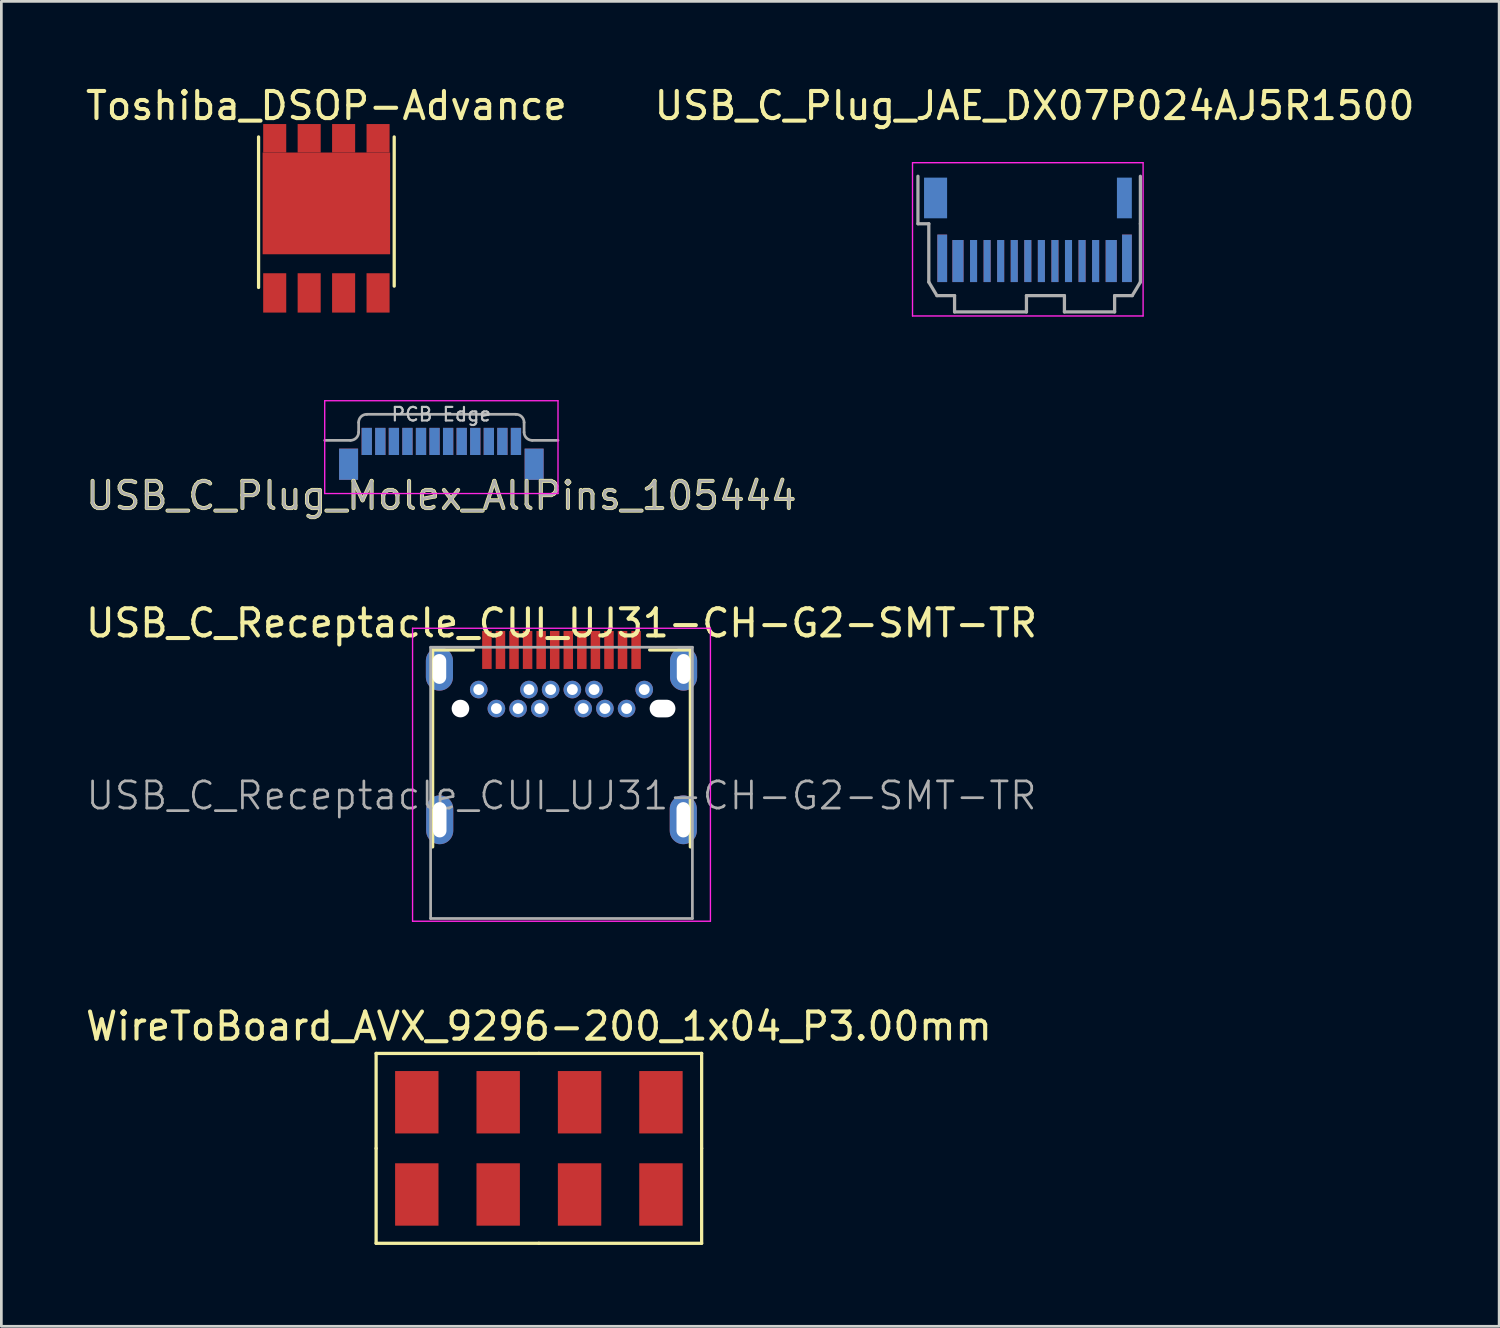
<source format=kicad_pcb>
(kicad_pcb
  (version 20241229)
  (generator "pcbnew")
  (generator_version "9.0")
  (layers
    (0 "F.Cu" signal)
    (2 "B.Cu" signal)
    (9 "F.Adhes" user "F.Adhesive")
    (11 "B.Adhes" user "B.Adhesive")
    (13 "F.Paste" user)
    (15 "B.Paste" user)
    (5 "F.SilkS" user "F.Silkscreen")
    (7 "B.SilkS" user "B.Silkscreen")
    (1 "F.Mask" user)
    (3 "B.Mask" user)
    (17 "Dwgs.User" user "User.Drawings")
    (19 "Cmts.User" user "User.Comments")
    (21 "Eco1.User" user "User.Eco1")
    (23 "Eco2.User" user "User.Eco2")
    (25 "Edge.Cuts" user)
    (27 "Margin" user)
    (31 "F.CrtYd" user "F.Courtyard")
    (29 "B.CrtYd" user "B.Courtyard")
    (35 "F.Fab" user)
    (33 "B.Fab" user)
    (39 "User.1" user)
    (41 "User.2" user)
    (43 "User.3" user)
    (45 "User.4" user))
  (footprint "USB_C_Receptacle_CUI_UJ31-CH-G2-SMT-TR"
    (layer "F.Cu")
    (at 17.649 20.91)
    (property "Reference" "USB_C_Receptacle_CUI_UJ31-CH-G2-SMT-TR" (at 0 -0.99 0) (layer "F.SilkS") (effects (font (size 1 1) (thickness 0.15))))
    (attr smd)
    (fp_line (start -4.75 0) (end -4.75 7.26) (stroke (width 0.12) (type solid)) (layer "F.SilkS"))
    (fp_line (start -4.75 0) (end -3.25 0) (stroke (width 0.12) (type solid)) (layer "F.SilkS"))
    (fp_line (start 3.25 0) (end 4.75 0) (stroke (width 0.12) (type solid)) (layer "F.SilkS"))
    (fp_line (start 4.75 0) (end 4.75 7.26) (stroke (width 0.12) (type solid)) (layer "F.SilkS"))
    (fp_line (start -5.49 -0.8) (end 5.49 -0.8) (stroke (width 0.05) (type solid)) (layer "F.CrtYd"))
    (fp_line (start -5.49 10) (end -5.49 -0.8) (stroke (width 0.05) (type solid)) (layer "F.CrtYd"))
    (fp_line (start 5.49 -0.8) (end 5.49 10) (stroke (width 0.05) (type solid)) (layer "F.CrtYd"))
    (fp_line (start 5.49 10) (end -5.49 10) (stroke (width 0.05) (type solid)) (layer "F.CrtYd"))
    (fp_line (start -4.825 -0.1) (end 4.825 -0.1) (stroke (width 0.1) (type solid)) (layer "F.Fab"))
    (fp_line (start -4.825 9.9) (end -4.825 -0.1) (stroke (width 0.1) (type solid)) (layer "F.Fab"))
    (fp_line (start -4.825 9.9) (end 4.825 9.9) (stroke (width 0.1) (type solid)) (layer "F.Fab"))
    (fp_line (start 4.825 9.9) (end 4.825 -0.1) (stroke (width 0.1) (type solid)) (layer "F.Fab"))
    (fp_text user "${REFERENCE}" (at 0 5.37 0) (layer "F.Fab") (effects (font (size 1 1) (thickness 0.1))))
    (pad "" np_thru_hole circle (at -3.725 2.16) (size 0.65 0.65) (drill 0.65) (layers "*.Cu" "*.Mask"))
    (pad "" np_thru_hole oval (at 3.725 2.16) (size 0.95 0.65) (drill oval 0.95 0.65) (layers "*.Cu" "*.Mask"))
    (pad "A1" smd rect (at -2.75 0) (size 0.35 1.4) (layers "F.Cu" "F.Mask" "F.Paste"))
    (pad "A2" smd rect (at -2.25 0) (size 0.35 1.4) (layers "F.Cu" "F.Mask" "F.Paste"))
    (pad "A3" smd rect (at -1.75 0) (size 0.35 1.4) (layers "F.Cu" "F.Mask" "F.Paste"))
    (pad "A4" smd rect (at -1.25 0) (size 0.35 1.4) (layers "F.Cu" "F.Mask" "F.Paste"))
    (pad "A5" smd rect (at -0.75 0) (size 0.35 1.4) (layers "F.Cu" "F.Mask" "F.Paste"))
    (pad "A6" smd rect (at -0.25 0) (size 0.35 1.4) (layers "F.Cu" "F.Mask" "F.Paste"))
    (pad "A7" smd rect (at 0.25 0) (size 0.35 1.4) (layers "F.Cu" "F.Mask" "F.Paste"))
    (pad "A8" smd rect (at 0.75 0) (size 0.35 1.4) (layers "F.Cu" "F.Mask" "F.Paste"))
    (pad "A9" smd rect (at 1.25 0) (size 0.35 1.4) (layers "F.Cu" "F.Mask" "F.Paste"))
    (pad "A10" smd rect (at 1.75 0) (size 0.35 1.4) (layers "F.Cu" "F.Mask" "F.Paste"))
    (pad "A11" smd rect (at 2.25 0) (size 0.35 1.4) (layers "F.Cu" "F.Mask" "F.Paste"))
    (pad "A12" smd rect (at 2.75 0) (size 0.35 1.4) (layers "F.Cu" "F.Mask" "F.Paste"))
    (pad "B1" thru_hole circle (at 3.05 1.46) (size 0.65 0.65) (drill 0.4) (layers "*.Cu" "*.Mask"))
    (pad "B2" thru_hole circle (at 2.4 2.16) (size 0.65 0.65) (drill 0.4) (layers "*.Cu" "*.Mask"))
    (pad "B3" thru_hole circle (at 1.6 2.16) (size 0.65 0.65) (drill 0.4) (layers "*.Cu" "*.Mask"))
    (pad "B4" thru_hole circle (at 1.2 1.46) (size 0.65 0.65) (drill 0.4) (layers "*.Cu" "*.Mask"))
    (pad "B5" thru_hole circle (at 0.8 2.16) (size 0.65 0.65) (drill 0.4) (layers "*.Cu" "*.Mask"))
    (pad "B6" thru_hole circle (at 0.4 1.46) (size 0.65 0.65) (drill 0.4) (layers "*.Cu" "*.Mask"))
    (pad "B7" thru_hole circle (at -0.4 1.46) (size 0.65 0.65) (drill 0.4) (layers "*.Cu" "*.Mask"))
    (pad "B8" thru_hole circle (at -0.8 2.16) (size 0.65 0.65) (drill 0.4) (layers "*.Cu" "*.Mask"))
    (pad "B9" thru_hole circle (at -1.2 1.46) (size 0.65 0.65) (drill 0.4) (layers "*.Cu" "*.Mask"))
    (pad "B10" thru_hole circle (at -1.6 2.16) (size 0.65 0.65) (drill 0.4) (layers "*.Cu" "*.Mask"))
    (pad "B11" thru_hole circle (at -2.4 2.16) (size 0.65 0.65) (drill 0.4) (layers "*.Cu" "*.Mask"))
    (pad "B12" thru_hole circle (at -3.05 1.46) (size 0.65 0.65) (drill 0.4) (layers "*.Cu" "*.Mask"))
    (pad "S1" thru_hole oval (at -4.5 0.7) (size 1 1.6) (drill oval 0.5 1.1) (layers "*.Cu" "*.Mask"))
    (pad "S1" thru_hole oval (at -4.49 6.26) (size 1 1.8) (drill oval 0.5 1.3) (layers "*.Cu" "*.Mask"))
    (pad "S1" thru_hole oval (at 4.49 6.26) (size 1 1.8) (drill oval 0.5 1.3) (layers "*.Cu" "*.Mask"))
    (pad "S1" thru_hole oval (at 4.5 0.7) (size 1 1.6) (drill oval 0.5 1.1) (layers "*.Cu" "*.Mask")))
  (footprint "WireToBoard_AVX_9296-200_1x04_P3.00mm"
    (layer "F.Cu")
    (at 16.815 39.283)
    (property "Reference" "WireToBoard_AVX_9296-200_1x04_P3.00mm" (at 0 -4.5 0) (layer "F.SilkS") (effects (font (size 1 1) (thickness 0.15))))
    (attr through_hole)
    (fp_line (start -6 -3.5) (end 0 -3.5) (stroke (width 0.12) (type solid)) (layer "F.SilkS"))
    (fp_line (start -6 0) (end -6 -3.5) (stroke (width 0.12) (type solid)) (layer "F.SilkS"))
    (fp_line (start -6 3.5) (end -6 0) (stroke (width 0.12) (type solid)) (layer "F.SilkS"))
    (fp_line (start 0 -3.5) (end 6 -3.5) (stroke (width 0.12) (type solid)) (layer "F.SilkS"))
    (fp_line (start 0 3.5) (end -6 3.5) (stroke (width 0.12) (type solid)) (layer "F.SilkS"))
    (fp_line (start 6 -3.5) (end 6 0) (stroke (width 0.12) (type solid)) (layer "F.SilkS"))
    (fp_line (start 6 0) (end 6 3.5) (stroke (width 0.12) (type solid)) (layer "F.SilkS"))
    (fp_line (start 6 3.5) (end 0 3.5) (stroke (width 0.12) (type solid)) (layer "F.SilkS"))
    (pad "1" smd rect (at -4.5 -1.7) (size 1.6 2.3) (layers "F.Cu" "F.Mask" "F.Paste"))
    (pad "1" smd rect (at -4.5 1.7) (size 1.6 2.3) (layers "F.Cu" "F.Mask" "F.Paste"))
    (pad "2" smd rect (at -1.5 -1.7) (size 1.6 2.3) (layers "F.Cu" "F.Mask" "F.Paste"))
    (pad "2" smd rect (at -1.5 1.7) (size 1.6 2.3) (layers "F.Cu" "F.Mask" "F.Paste"))
    (pad "3" smd rect (at 1.5 -1.7) (size 1.6 2.3) (layers "F.Cu" "F.Mask" "F.Paste"))
    (pad "3" smd rect (at 1.5 1.7) (size 1.6 2.3) (layers "F.Cu" "F.Mask" "F.Paste"))
    (pad "4" smd rect (at 4.5 -1.7) (size 1.6 2.3) (layers "F.Cu" "F.Mask" "F.Paste"))
    (pad "4" smd rect (at 4.5 1.7) (size 1.6 2.3) (layers "F.Cu" "F.Mask" "F.Paste")))
  (footprint "USB_C_Plug_Molex_AllPins_105444"
    (layer "F.Cu")
    (at 13.22 13.183)
    (property "Reference" "USB_C_Plug_Molex_AllPins_105444" (at 0 2.04 180) (layer "F.SilkS") (effects (font (size 1 1) (thickness 0.15))))
    (attr smd)
    (fp_line (start -4.3 1.96) (end -4.3 -1.46) (stroke (width 0.05) (type solid)) (layer "F.CrtYd"))
    (fp_line (start 4.3 -1.46) (end -4.3 -1.46) (stroke (width 0.05) (type solid)) (layer "F.CrtYd"))
    (fp_line (start 4.3 1.96) (end -4.3 1.96) (stroke (width 0.05) (type solid)) (layer "F.CrtYd"))
    (fp_line (start 4.3 1.96) (end 4.3 -1.46) (stroke (width 0.05) (type solid)) (layer "F.CrtYd"))
    (fp_line (start -3.35 0) (end -4.3 0) (stroke (width 0.1) (type solid)) (layer "F.Fab"))
    (fp_line (start -3.05 -0.66) (end -3.05 -0.3) (stroke (width 0.1) (type solid)) (layer "F.Fab"))
    (fp_line (start -2.75 -0.96) (end 2.75 -0.96) (stroke (width 0.1) (type solid)) (layer "F.Fab"))
    (fp_line (start 3.05 -0.66) (end 3.05 -0.3) (stroke (width 0.1) (type solid)) (layer "F.Fab"))
    (fp_line (start 3.35 0) (end 4.3 0) (stroke (width 0.1) (type solid)) (layer "F.Fab"))
    (fp_arc (start -3.05 -0.66) (mid -2.962132 -0.872132) (end -2.75 -0.96) (stroke (width 0.1) (type solid)) (layer "F.Fab"))
    (fp_arc (start -3.05 -0.3) (mid -3.137868 -0.087868) (end -3.35 0) (stroke (width 0.1) (type solid)) (layer "F.Fab"))
    (fp_arc (start 2.75 -0.96) (mid 2.962132 -0.872132) (end 3.05 -0.66) (stroke (width 0.1) (type solid)) (layer "F.Fab"))
    (fp_arc (start 3.35 0) (mid 3.137868 -0.087868) (end 3.05 -0.3) (stroke (width 0.1) (type solid)) (layer "F.Fab"))
    (fp_text user "PCB Edge" (at 0 -0.96 180) (layer "Dwgs.User") (effects (font (size 0.5 0.5) (thickness 0.08))))
    (fp_text user "${REFERENCE}" (at 0 2.04 180) (layer "F.Fab") (effects (font (size 1 1) (thickness 0.1))))
    (pad "A1" smd rect (at -2.75 0.04) (size 0.38 1) (layers "F.Cu" "F.Mask" "F.Paste"))
    (pad "A2" smd rect (at -2.25 0.04) (size 0.38 1) (layers "F.Cu" "F.Mask" "F.Paste"))
    (pad "A3" smd rect (at -1.75 0.04) (size 0.38 1) (layers "F.Cu" "F.Mask" "F.Paste"))
    (pad "A4" smd rect (at -1.25 0.04) (size 0.38 1) (layers "F.Cu" "F.Mask" "F.Paste"))
    (pad "A5" smd rect (at -0.75 0.04) (size 0.38 1) (layers "F.Cu" "F.Mask" "F.Paste"))
    (pad "A6" smd rect (at -0.25 0.04) (size 0.38 1) (layers "F.Cu" "F.Mask" "F.Paste"))
    (pad "A7" smd rect (at 0.25 0.04) (size 0.38 1) (layers "F.Cu" "F.Mask" "F.Paste"))
    (pad "A8" smd rect (at 0.75 0.04) (size 0.38 1) (layers "F.Cu" "F.Mask" "F.Paste"))
    (pad "A9" smd rect (at 1.25 0.04) (size 0.38 1) (layers "F.Cu" "F.Mask" "F.Paste"))
    (pad "A10" smd rect (at 1.75 0.04) (size 0.38 1) (layers "F.Cu" "F.Mask" "F.Paste"))
    (pad "A11" smd rect (at 2.25 0.04) (size 0.38 1) (layers "F.Cu" "F.Mask" "F.Paste"))
    (pad "A12" smd rect (at 2.75 0.04) (size 0.38 1) (layers "F.Cu" "F.Mask" "F.Paste"))
    (pad "B1" smd rect (at 2.75 0.04) (size 0.38 1) (layers "B.Cu" "B.Mask" "B.Paste"))
    (pad "B2" smd rect (at 2.25 0.04) (size 0.38 1) (layers "B.Cu" "B.Mask" "B.Paste"))
    (pad "B3" smd rect (at 1.75 0.04) (size 0.38 1) (layers "B.Cu" "B.Mask" "B.Paste"))
    (pad "B4" smd rect (at 1.25 0.04) (size 0.38 1) (layers "B.Cu" "B.Mask" "B.Paste"))
    (pad "B5" smd rect (at 0.75 0.04) (size 0.38 1) (layers "B.Cu" "B.Mask" "B.Paste"))
    (pad "B6" smd rect (at 0.25 0.04) (size 0.38 1) (layers "B.Cu" "B.Mask" "B.Paste"))
    (pad "B7" smd rect (at -0.25 0.04) (size 0.38 1) (layers "B.Cu" "B.Mask" "B.Paste"))
    (pad "B8" smd rect (at -0.75 0.04) (size 0.38 1) (layers "B.Cu" "B.Mask" "B.Paste"))
    (pad "B9" smd rect (at -1.25 0.04) (size 0.38 1) (layers "B.Cu" "B.Mask" "B.Paste"))
    (pad "B10" smd rect (at -1.75 0.04) (size 0.38 1) (layers "B.Cu" "B.Mask" "B.Paste"))
    (pad "B11" smd rect (at -2.25 0.04) (size 0.38 1) (layers "B.Cu" "B.Mask" "B.Paste"))
    (pad "B12" smd rect (at -2.75 0.04) (size 0.38 1) (layers "B.Cu" "B.Mask" "B.Paste"))
    (pad "S1" smd rect (at -3.42 0.88) (size 0.7 1.15) (layers "F.Cu" "F.Mask" "F.Paste"))
    (pad "S1" smd rect (at -3.42 0.88) (size 0.7 1.15) (layers "B.Cu" "B.Mask" "B.Paste"))
    (pad "S1" smd rect (at 3.42 0.88) (size 0.7 1.15) (layers "F.Cu" "F.Mask" "F.Paste"))
    (pad "S1" smd rect (at 3.42 0.88) (size 0.7 1.15) (layers "B.Cu" "B.Mask" "B.Paste")))
  (footprint "Toshiba_DSOP-Advance"
    (layer "F.Cu")
    (at 8.982 4.998)
    (property "Reference" "Toshiba_DSOP-Advance" (at 0 -4.15 0) (layer "F.SilkS") (effects (font (size 1 1) (thickness 0.15))))
    (attr through_hole)
    (fp_line (start -2.5 -3) (end -2.5 2.55) (stroke (width 0.12) (type solid)) (layer "F.SilkS"))
    (fp_line (start 2.5 2.5) (end 2.5 -3) (stroke (width 0.12) (type solid)) (layer "F.SilkS"))
    (pad "1" smd rect (at 1.905 2.75) (size 0.85 1.45) (layers "F.Cu" "F.Mask" "F.Paste"))
    (pad "2" smd rect (at -1.905 -2.95) (size 0.85 1.05) (layers "F.Cu" "F.Mask" "F.Paste"))
    (pad "2" smd rect (at -0.635 -2.95) (size 0.85 1.05) (layers "F.Cu" "F.Mask" "F.Paste"))
    (pad "2" smd rect (at 0 -0.55) (size 4.7 3.75) (layers "F.Cu" "F.Mask" "F.Paste"))
    (pad "2" smd rect (at 0.635 -2.95) (size 0.85 1.05) (layers "F.Cu" "F.Mask" "F.Paste"))
    (pad "2" smd rect (at 1.905 -2.95) (size 0.85 1.05) (layers "F.Cu" "F.Mask" "F.Paste"))
    (pad "3" smd rect (at -1.905 2.75) (size 0.85 1.45) (layers "F.Cu" "F.Mask" "F.Paste"))
    (pad "3" smd rect (at -0.635 2.75) (size 0.85 1.45) (layers "F.Cu" "F.Mask" "F.Paste"))
    (pad "3" smd rect (at 0.635 2.75) (size 0.85 1.45) (layers "F.Cu" "F.Mask" "F.Paste")))
  (footprint "USB_C_Plug_JAE_DX07P024AJ5R1500"
    (layer "F.Cu")
    (at 35.089 8.448)
    (property "Reference" "USB_C_Plug_JAE_DX07P024AJ5R1500" (at 0 -7.6 0) (layer "F.SilkS") (effects (font (size 1 1) (thickness 0.15))))
    (attr through_hole)
    (fp_line (start -4.5 -5.5) (end 4 -5.5) (stroke (width 0.05) (type solid)) (layer "F.CrtYd"))
    (fp_line (start -4.5 0.15) (end -4.5 -5.5) (stroke (width 0.05) (type solid)) (layer "F.CrtYd"))
    (fp_line (start 4 -5.5) (end 4 0.15) (stroke (width 0.05) (type solid)) (layer "F.CrtYd"))
    (fp_line (start 4 0.15) (end -4.5 0.15) (stroke (width 0.05) (type solid)) (layer "F.CrtYd"))
    (fp_line (start -4.3 -3.25) (end -4.3 -5) (stroke (width 0.12) (type solid)) (layer "F.Fab"))
    (fp_line (start -3.9 -3.25) (end -4.3 -3.25) (stroke (width 0.12) (type solid)) (layer "F.Fab"))
    (fp_line (start -3.9 -1.1) (end -3.9 -3.25) (stroke (width 0.12) (type solid)) (layer "F.Fab"))
    (fp_line (start -3.6 -0.6) (end -3.9 -1.1) (stroke (width 0.12) (type solid)) (layer "F.Fab"))
    (fp_line (start -2.95 -0.6) (end -3.6 -0.6) (stroke (width 0.12) (type solid)) (layer "F.Fab"))
    (fp_line (start -2.95 0) (end -2.95 -0.6) (stroke (width 0.12) (type solid)) (layer "F.Fab"))
    (fp_line (start -0.3 -0.6) (end -0.3 0) (stroke (width 0.12) (type solid)) (layer "F.Fab"))
    (fp_line (start -0.3 0) (end -2.95 0) (stroke (width 0.12) (type solid)) (layer "F.Fab"))
    (fp_line (start 1.1 -0.6) (end -0.3 -0.6) (stroke (width 0.12) (type solid)) (layer "F.Fab"))
    (fp_line (start 1.1 0) (end 1.1 -0.6) (stroke (width 0.12) (type solid)) (layer "F.Fab"))
    (fp_line (start 2.95 -0.6) (end 3.6 -0.6) (stroke (width 0.12) (type solid)) (layer "F.Fab"))
    (fp_line (start 2.95 0) (end 1.1 0) (stroke (width 0.12) (type solid)) (layer "F.Fab"))
    (fp_line (start 2.95 0) (end 2.95 -0.6) (stroke (width 0.12) (type solid)) (layer "F.Fab"))
    (fp_line (start 3.6 -0.6) (end 3.9 -1.1) (stroke (width 0.12) (type solid)) (layer "F.Fab"))
    (fp_line (start 3.9 -3.25) (end 3.9 -5) (stroke (width 0.12) (type solid)) (layer "F.Fab"))
    (fp_line (start 3.9 -1.1) (end 3.9 -3.25) (stroke (width 0.12) (type solid)) (layer "F.Fab"))
    (pad "A1" smd rect (at 2.825 -1.875) (size 0.41 1.55) (layers "F.Cu" "F.Mask" "F.Paste"))
    (pad "A2" smd rect (at 2.25 -1.875) (size 0.26 1.55) (layers "F.Cu" "F.Mask" "F.Paste"))
    (pad "A3" smd rect (at 1.75 -1.875) (size 0.26 1.55) (layers "F.Cu" "F.Mask" "F.Paste"))
    (pad "A4" smd rect (at 1.25 -1.875) (size 0.26 1.55) (layers "F.Cu" "F.Mask" "F.Paste"))
    (pad "A5" smd rect (at 0.75 -1.875) (size 0.26 1.55) (layers "F.Cu" "F.Mask" "F.Paste"))
    (pad "A6" smd rect (at 0.25 -1.875) (size 0.26 1.55) (layers "F.Cu" "F.Mask" "F.Paste"))
    (pad "A7" smd rect (at -0.25 -1.875) (size 0.26 1.55) (layers "F.Cu" "F.Mask" "F.Paste"))
    (pad "A8" smd rect (at -0.75 -1.875) (size 0.26 1.55) (layers "F.Cu" "F.Mask" "F.Paste"))
    (pad "A9" smd rect (at -1.25 -1.875) (size 0.26 1.55) (layers "F.Cu" "F.Mask" "F.Paste"))
    (pad "A10" smd rect (at -1.75 -1.875) (size 0.26 1.55) (layers "F.Cu" "F.Mask" "F.Paste"))
    (pad "A11" smd rect (at -2.25 -1.875) (size 0.26 1.55) (layers "F.Cu" "F.Mask" "F.Paste"))
    (pad "A12" smd rect (at -2.825 -1.875) (size 0.41 1.55) (layers "F.Cu" "F.Mask" "F.Paste"))
    (pad "B1" smd rect (at -2.825 -1.875 180) (size 0.41 1.55) (layers "B.Cu" "B.Mask" "B.Paste"))
    (pad "B2" smd rect (at -2.25 -1.875 180) (size 0.26 1.55) (layers "B.Cu" "B.Mask" "B.Paste"))
    (pad "B3" smd rect (at -1.75 -1.875 180) (size 0.26 1.55) (layers "B.Cu" "B.Mask" "B.Paste"))
    (pad "B4" smd rect (at -1.25 -1.875 180) (size 0.26 1.55) (layers "B.Cu" "B.Mask" "B.Paste"))
    (pad "B5" smd rect (at -0.75 -1.875 180) (size 0.26 1.55) (layers "B.Cu" "B.Mask" "B.Paste"))
    (pad "B6" smd rect (at -0.25 -1.875 180) (size 0.26 1.55) (layers "B.Cu" "B.Mask" "B.Paste"))
    (pad "B7" smd rect (at 0.25 -1.875 180) (size 0.26 1.55) (layers "B.Cu" "B.Mask" "B.Paste"))
    (pad "B8" smd rect (at 0.75 -1.875 180) (size 0.26 1.55) (layers "B.Cu" "B.Mask" "B.Paste"))
    (pad "B9" smd rect (at 1.25 -1.875 180) (size 0.26 1.55) (layers "B.Cu" "B.Mask" "B.Paste"))
    (pad "B10" smd rect (at 1.75 -1.875 180) (size 0.26 1.55) (layers "B.Cu" "B.Mask" "B.Paste"))
    (pad "B11" smd rect (at 2.25 -1.875 180) (size 0.26 1.55) (layers "B.Cu" "B.Mask" "B.Paste"))
    (pad "B12" smd rect (at 2.825 -1.875 180) (size 0.41 1.55) (layers "B.Cu" "B.Mask" "B.Paste"))
    (pad "S1" smd rect (at -3.65 -4.2 180) (size 0.85 1.5) (layers "B.Cu" "B.Mask" "B.Paste"))
    (pad "S1" smd rect (at -3.405 -1.975) (size 0.36 1.75) (layers "F.Cu" "F.Mask" "F.Paste"))
    (pad "S1" smd rect (at -3.405 -1.975 180) (size 0.36 1.75) (layers "B.Cu" "B.Mask" "B.Paste"))
    (pad "S1" smd rect (at 3.31 -4.2 180) (size 0.55 1.5) (layers "B.Cu" "B.Mask" "B.Paste"))
    (pad "S1" smd rect (at 3.405 -1.975) (size 0.36 1.75) (layers "F.Cu" "F.Mask" "F.Paste"))
    (pad "S1" smd rect (at 3.405 -1.975 180) (size 0.36 1.75) (layers "B.Cu" "B.Mask" "B.Paste")))
  (gr_rect
    (start -3 -3)
    (end 52.214 45.843)
    (stroke (width 0.1) (type default))
    (fill no)
    (layer "Edge.Cuts")))
</source>
